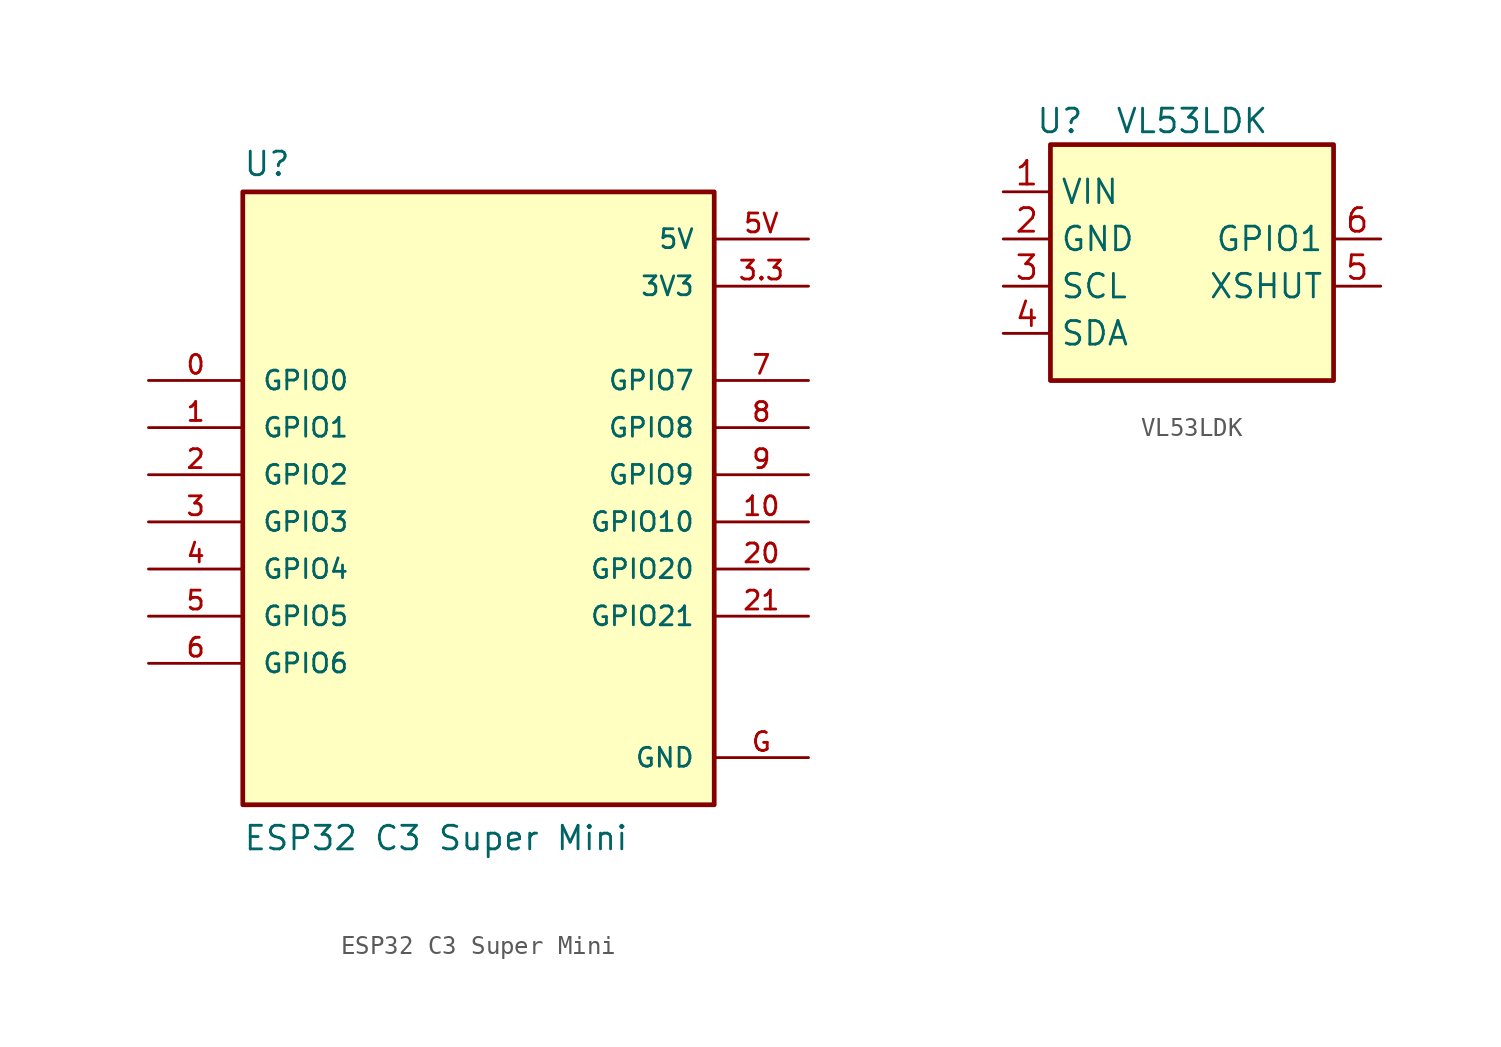
<source format=kicad_sym>
(kicad_symbol_lib
  (version 20241209)
  (generator "kicad_symbol_editor")
  (generator_version "9.0")
  (symbol "ESP32 C3 Super Mini"
    (pin_names
      (offset 1.016))
    (property "Reference" "U"
      (at -12.7 16.002 0)
      (effects (font (size 1.27 1.27)) (justify left bottom)))
    (property "Value" "ESP32 C3 Super Mini"
      (at -12.7 -20.32 0)
      (effects (font (size 1.27 1.27)) (justify left bottom)))
    (symbol "ESP32 C3 Super Mini_0_0"
      (rectangle (start -12.7 15.24) (end 12.7 -17.78) (stroke (width 0.254) (type default)) (fill (type background)))
      (pin bidirectional line (at -17.78 5.08 0) (length 5.08) (name "GPIO0" (effects (font (size 1.016 1.016)))) (number "0" (effects (font (size 1.016 1.016)))))
      (pin bidirectional line (at -17.78 2.54 0) (length 5.08) (name "GPIO1" (effects (font (size 1.016 1.016)))) (number "1" (effects (font (size 1.016 1.016)))))
      (pin bidirectional line (at -17.78 0 0) (length 5.08) (name "GPIO2" (effects (font (size 1.016 1.016)))) (number "2" (effects (font (size 1.016 1.016)))))
      (pin bidirectional line (at -17.78 -2.54 0) (length 5.08) (name "GPIO3" (effects (font (size 1.016 1.016)))) (number "3" (effects (font (size 1.016 1.016)))))
      (pin bidirectional line (at -17.78 -5.08 0) (length 5.08) (name "GPIO4" (effects (font (size 1.016 1.016)))) (number "4" (effects (font (size 1.016 1.016)))))
      (pin bidirectional line (at -17.78 -7.62 0) (length 5.08) (name "GPIO5" (effects (font (size 1.016 1.016)))) (number "5" (effects (font (size 1.016 1.016)))))
      (pin bidirectional line (at -17.78 -10.16 0) (length 5.08) (name "GPIO6" (effects (font (size 1.016 1.016)))) (number "6" (effects (font (size 1.016 1.016)))))
      (pin power_in line (at 17.78 12.7 180) (length 5.08) (name "5V" (effects (font (size 1.016 1.016)))) (number "5V" (effects (font (size 1.016 1.016)))))
      (pin bidirectional line (at 17.78 5.08 180) (length 5.08) (name "GPIO7" (effects (font (size 1.016 1.016)))) (number "7" (effects (font (size 1.016 1.016)))))
      (pin bidirectional line (at 17.78 2.54 180) (length 5.08) (name "GPIO8" (effects (font (size 1.016 1.016)))) (number "8" (effects (font (size 1.016 1.016)))))
      (pin bidirectional line (at 17.78 0 180) (length 5.08) (name "GPIO9" (effects (font (size 1.016 1.016)))) (number "9" (effects (font (size 1.016 1.016)))))
      (pin bidirectional line (at 17.78 -2.54 180) (length 5.08) (name "GPIO10" (effects (font (size 1.016 1.016)))) (number "10" (effects (font (size 1.016 1.016)))))
      (pin bidirectional line (at 17.78 -5.08 180) (length 5.08) (name "GPIO20" (effects (font (size 1.016 1.016)))) (number "20" (effects (font (size 1.016 1.016)))))
      (pin bidirectional line (at 17.78 -7.62 180) (length 5.08) (name "GPIO21" (effects (font (size 1.016 1.016)))) (number "21" (effects (font (size 1.016 1.016)))))
      (pin power_in line (at 17.78 -15.24 180) (length 5.08) (name "GND" (effects (font (size 1.016 1.016)))) (number "G" (effects (font (size 1.016 1.016))))))
    (symbol "ESP32 C3 Super Mini_1_0"
      (pin power_out line (at 17.78 10.16 180) (length 5.08) (name "3V3" (effects (font (size 1.016 1.016)))) (number "3.3" (effects (font (size 1.016 1.016)))))))
  (symbol "VL53LDK"
    (property "Reference" "U"
      (at -7.112 6.35 0)
      (effects (font (size 1.27 1.27))))
    (property "Value" "VL53LDK"
      (at 0 6.35 0)
      (effects (font (size 1.27 1.27))))
    (symbol "VL53LDK_0_1"
      (rectangle (start -7.62 5.08) (end 7.62 -7.62) (stroke (width 0.254) (type default)) (fill (type background))))
    (symbol "VL53LDK_1_1"
      (pin power_in line (at -10.16 2.54 0) (length 2.54) (name "VIN" (effects (font (size 1.27 1.27)))) (number "1" (effects (font (size 1.27 1.27)))))
      (pin power_in line (at -10.16 0 0) (length 2.54) (name "GND" (effects (font (size 1.27 1.27)))) (number "2" (effects (font (size 1.27 1.27)))))
      (pin input line (at -10.16 -2.54 0) (length 2.54) (name "SCL" (effects (font (size 1.27 1.27)))) (number "3" (effects (font (size 1.27 1.27)))))
      (pin bidirectional line (at -10.16 -5.08 0) (length 2.54) (name "SDA" (effects (font (size 1.27 1.27)))) (number "4" (effects (font (size 1.27 1.27)))))
      (pin open_collector line (at 10.16 0 180) (length 2.54) (name "GPIO1" (effects (font (size 1.27 1.27)))) (number "6" (effects (font (size 1.27 1.27)))))
      (pin input line (at 10.16 -2.54 180) (length 2.54) (name "XSHUT" (effects (font (size 1.27 1.27)))) (number "5" (effects (font (size 1.27 1.27))))))))
</source>
